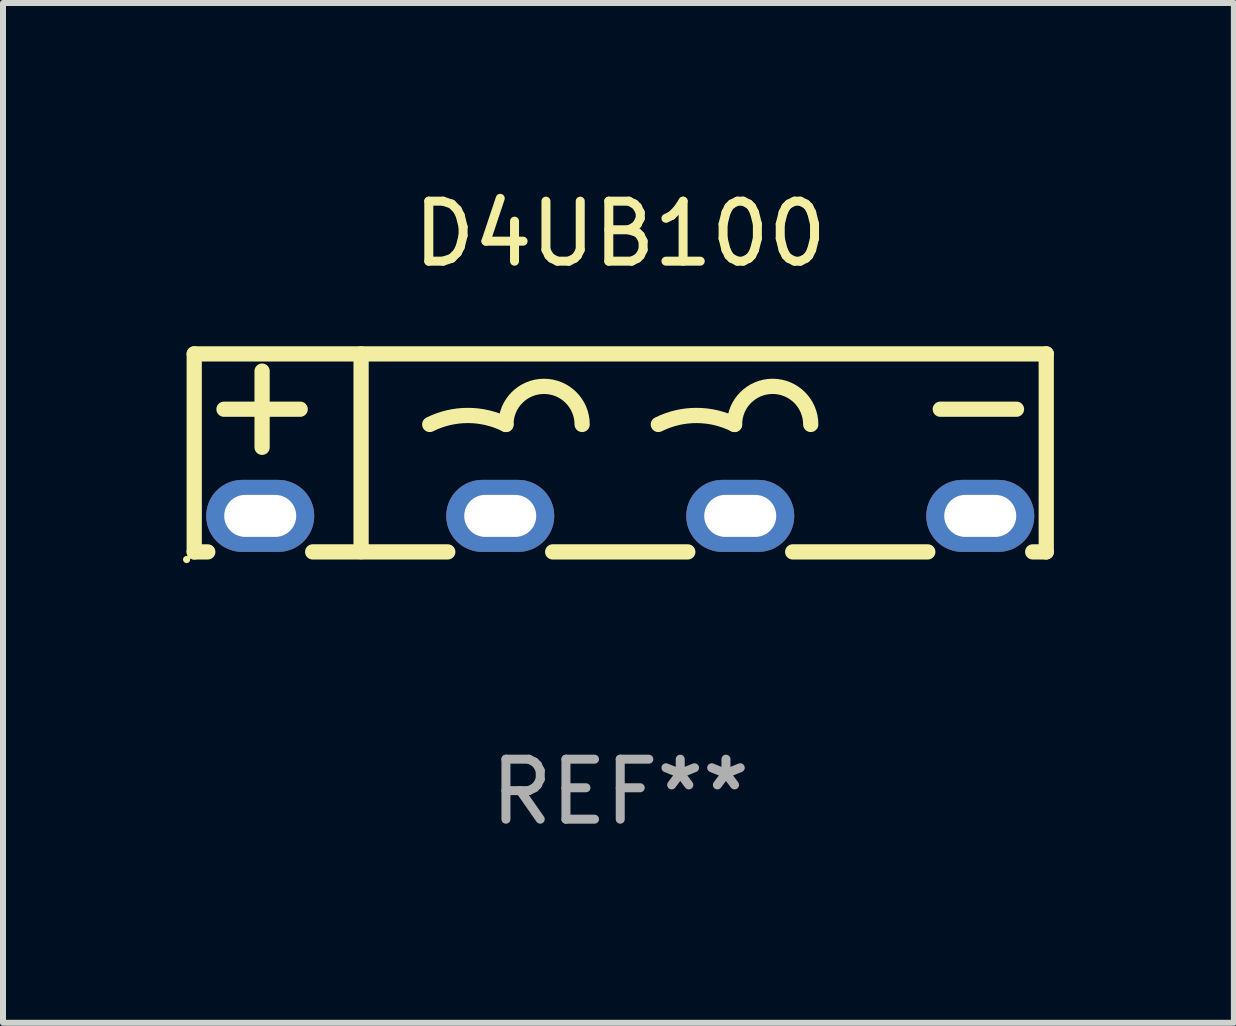
<source format=kicad_pcb>
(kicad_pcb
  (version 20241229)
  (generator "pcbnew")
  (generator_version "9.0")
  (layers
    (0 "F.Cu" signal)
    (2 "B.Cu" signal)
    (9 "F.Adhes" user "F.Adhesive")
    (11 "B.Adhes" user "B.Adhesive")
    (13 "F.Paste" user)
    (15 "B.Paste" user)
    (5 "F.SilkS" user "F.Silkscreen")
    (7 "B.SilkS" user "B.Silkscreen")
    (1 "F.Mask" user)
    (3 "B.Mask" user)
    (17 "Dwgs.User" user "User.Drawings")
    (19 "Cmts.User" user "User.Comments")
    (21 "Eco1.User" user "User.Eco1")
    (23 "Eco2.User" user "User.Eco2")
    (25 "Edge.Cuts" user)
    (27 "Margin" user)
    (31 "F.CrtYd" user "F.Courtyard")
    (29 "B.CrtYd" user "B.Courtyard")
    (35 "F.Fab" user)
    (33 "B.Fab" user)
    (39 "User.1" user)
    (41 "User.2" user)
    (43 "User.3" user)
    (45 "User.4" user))
  (footprint "D4UB100"
    (layer "F.Cu")
    (at 7.287 4.498)
    (property "Reference" "D4UB100" (at 0 -3.65 0) (layer "F.SilkS") (effects (font (size 1 1) (thickness 0.15))))
    (attr through_hole)
    (fp_line (start -7.1 -1.65) (end 7.1 -1.65) (stroke (width 0.254) (type solid)) (layer "F.SilkS"))
    (fp_line (start -7.1 1.65) (end -7.1 -1.65) (stroke (width 0.254) (type solid)) (layer "F.SilkS"))
    (fp_line (start -7.1 1.65) (end -6.874 1.65) (stroke (width 0.254) (type solid)) (layer "F.SilkS"))
    (fp_line (start -6.604 -0.728) (end -5.334 -0.728) (stroke (width 0.254) (type solid)) (layer "F.SilkS"))
    (fp_line (start -5.969 -0.093) (end -5.969 -1.363) (stroke (width 0.254) (type solid)) (layer "F.SilkS"))
    (fp_line (start -5.126 1.65) (end -2.874 1.65) (stroke (width 0.254) (type solid)) (layer "F.SilkS"))
    (fp_line (start -4.319 1.647) (end -4.319 -1.65) (stroke (width 0.254) (type solid)) (layer "F.SilkS"))
    (fp_line (start -1.126 1.65) (end 1.126 1.65) (stroke (width 0.254) (type solid)) (layer "F.SilkS"))
    (fp_line (start 2.874 1.65) (end 5.126 1.65) (stroke (width 0.254) (type solid)) (layer "F.SilkS"))
    (fp_line (start 5.334 -0.728) (end 6.604 -0.728) (stroke (width 0.254) (type solid)) (layer "F.SilkS"))
    (fp_line (start 6.874 1.65) (end 7.1 1.65) (stroke (width 0.254) (type solid)) (layer "F.SilkS"))
    (fp_line (start 7.1 -1.65) (end 7.1 1.65) (stroke (width 0.254) (type solid)) (layer "F.SilkS"))
    (fp_arc (start -3.175006 -0.473965) (mid -2.540005 -0.623868) (end -1.905003 -0.473965) (stroke (width 0.254001) (type solid)) (layer "F.SilkS"))
    (fp_arc (start -1.905005 -0.473965) (mid -1.270003 -1.108967) (end -0.635001 -0.473965) (stroke (width 0.254001) (type solid)) (layer "F.SilkS"))
    (fp_arc (start 0.635001 -0.473965) (mid 1.270003 -0.623869) (end 1.905004 -0.473965) (stroke (width 0.254001) (type solid)) (layer "F.SilkS"))
    (fp_arc (start 1.905004 -0.473965) (mid 2.540005 -1.108966) (end 3.175006 -0.473965) (stroke (width 0.254001) (type solid)) (layer "F.SilkS"))
    (fp_circle (center -7.227 1.777) (end -7.197 1.777) (stroke (width 0.06) (type solid)) (fill no) (layer "F.SilkS"))
    (fp_text user "REF**" (at 0 5.65 0) (layer "F.Fab") (effects (font (size 1 1) (thickness 0.15))))
    (pad "1" thru_hole oval (at -6 1.05) (size 1.8 1.2) (drill oval 1.2 0.7) (layers "*.Cu" "*.Mask"))
    (pad "2" thru_hole oval (at -2 1.05) (size 1.8 1.2) (drill oval 1.2 0.7) (layers "*.Cu" "*.Mask"))
    (pad "3" thru_hole oval (at 2 1.05) (size 1.8 1.2) (drill oval 1.2 0.7) (layers "*.Cu" "*.Mask"))
    (pad "4" thru_hole oval (at 6 1.05) (size 1.8 1.2) (drill oval 1.2 0.7) (layers "*.Cu" "*.Mask")))
  (gr_rect
    (start -3 -3)
    (end 17.514 13.996)
    (stroke (width 0.1) (type default))
    (fill no)
    (layer "Edge.Cuts")))
</source>
